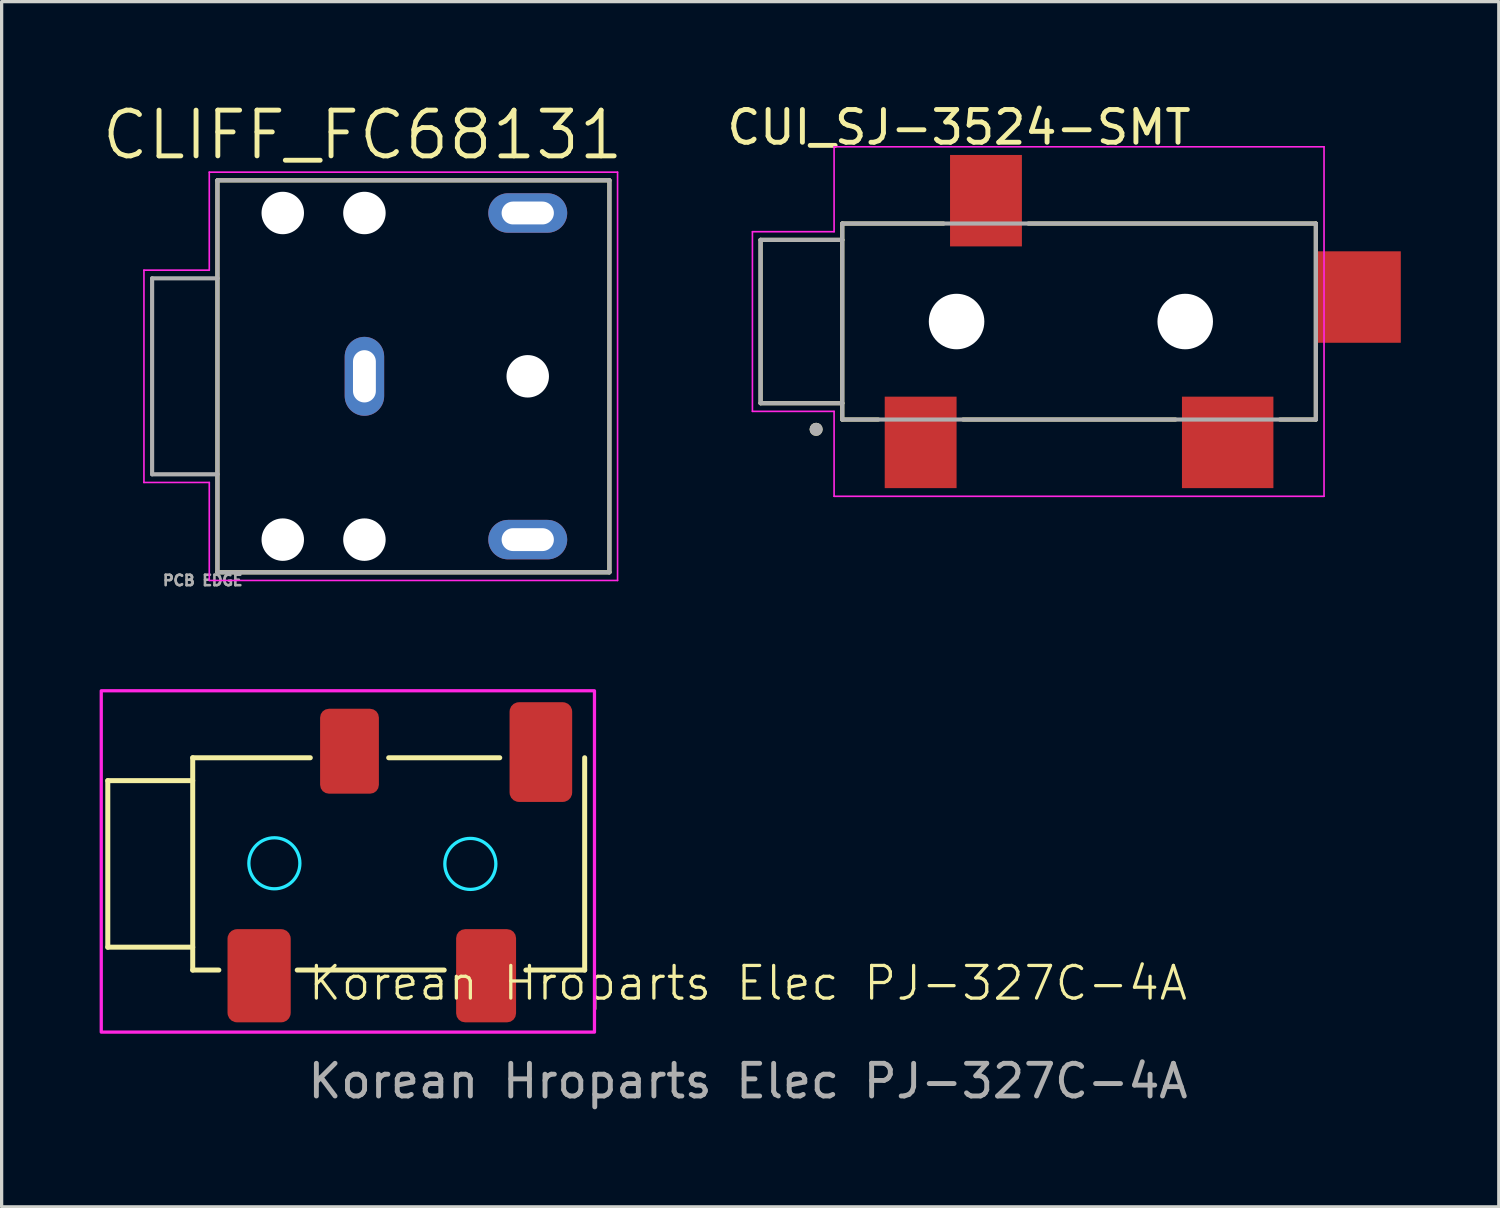
<source format=kicad_pcb>
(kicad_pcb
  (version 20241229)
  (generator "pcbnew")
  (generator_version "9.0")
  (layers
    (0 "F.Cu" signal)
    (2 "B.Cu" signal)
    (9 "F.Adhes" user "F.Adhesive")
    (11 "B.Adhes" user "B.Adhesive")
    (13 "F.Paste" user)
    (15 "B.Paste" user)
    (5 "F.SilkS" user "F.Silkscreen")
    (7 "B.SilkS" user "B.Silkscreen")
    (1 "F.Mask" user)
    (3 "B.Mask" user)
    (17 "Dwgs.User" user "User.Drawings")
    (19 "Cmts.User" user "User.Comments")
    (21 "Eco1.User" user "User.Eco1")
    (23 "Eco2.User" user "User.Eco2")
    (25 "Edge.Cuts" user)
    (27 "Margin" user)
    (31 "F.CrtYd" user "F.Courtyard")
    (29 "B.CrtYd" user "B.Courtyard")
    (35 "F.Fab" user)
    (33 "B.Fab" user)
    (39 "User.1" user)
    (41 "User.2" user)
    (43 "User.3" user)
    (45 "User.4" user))
  (footprint "CLIFF_FC68131"
    (layer "F.Cu")
    (at 8.107 8.471)
    (property "Reference" "CLIFF_FC68131" (at -0.055 -7.389 0) (layer "F.SilkS") (effects (font (size 1.4 1.4) (thickness 0.15))))
    (attr through_hole)
    (fp_line (start -4.5 -6) (end 7.5 -6) (stroke (width 0.127) (type solid)) (layer "F.SilkS"))
    (fp_line (start -4.5 6) (end -4.5 -6) (stroke (width 0.127) (type solid)) (layer "F.SilkS"))
    (fp_line (start 7.5 -6) (end 7.5 6) (stroke (width 0.127) (type solid)) (layer "F.SilkS"))
    (fp_line (start 7.5 6) (end -4.5 6) (stroke (width 0.127) (type solid)) (layer "F.SilkS"))
    (fp_line (start -6.75 -3.25) (end -6.75 3.25) (stroke (width 0.05) (type solid)) (layer "F.CrtYd"))
    (fp_line (start -6.75 3.25) (end -4.75 3.25) (stroke (width 0.05) (type solid)) (layer "F.CrtYd"))
    (fp_line (start -4.75 -6.25) (end -4.75 -3.25) (stroke (width 0.05) (type solid)) (layer "F.CrtYd"))
    (fp_line (start -4.75 -3.25) (end -6.75 -3.25) (stroke (width 0.05) (type solid)) (layer "F.CrtYd"))
    (fp_line (start -4.75 3.25) (end -4.75 6.25) (stroke (width 0.05) (type solid)) (layer "F.CrtYd"))
    (fp_line (start -4.75 6.25) (end 7.75 6.25) (stroke (width 0.05) (type solid)) (layer "F.CrtYd"))
    (fp_line (start 7.75 -6.25) (end -4.75 -6.25) (stroke (width 0.05) (type solid)) (layer "F.CrtYd"))
    (fp_line (start 7.75 6.25) (end 7.75 -6.25) (stroke (width 0.05) (type solid)) (layer "F.CrtYd"))
    (fp_line (start -6.5 -3) (end -6.5 3) (stroke (width 0.127) (type solid)) (layer "F.Fab"))
    (fp_line (start -6.5 3) (end -4.5 3) (stroke (width 0.127) (type solid)) (layer "F.Fab"))
    (fp_line (start -4.5 -6) (end 7.5 -6) (stroke (width 0.127) (type solid)) (layer "F.Fab"))
    (fp_line (start -4.5 -3) (end -6.5 -3) (stroke (width 0.127) (type solid)) (layer "F.Fab"))
    (fp_line (start -4.5 -3) (end -4.5 -6) (stroke (width 0.127) (type solid)) (layer "F.Fab"))
    (fp_line (start -4.5 3) (end -4.5 -3) (stroke (width 0.127) (type solid)) (layer "F.Fab"))
    (fp_line (start -4.5 6) (end -4.5 3) (stroke (width 0.127) (type solid)) (layer "F.Fab"))
    (fp_line (start 7.5 -6) (end 7.5 6) (stroke (width 0.127) (type solid)) (layer "F.Fab"))
    (fp_line (start 7.5 6) (end -4.5 6) (stroke (width 0.127) (type solid)) (layer "F.Fab"))
    (fp_text user "PCB EDGE" (at -4.95 6.25 0) (layer "F.Fab") (effects (font (size 0.32 0.32) (thickness 0.15))))
    (pad "" np_thru_hole circle (at -2.5 -5) (size 1.3 1.3) (drill 1.3) (layers "*.Cu" "*.Mask"))
    (pad "" np_thru_hole circle (at -2.5 5) (size 1.3 1.3) (drill 1.3) (layers "*.Cu" "*.Mask"))
    (pad "" np_thru_hole circle (at 0 -5) (size 1.3 1.3) (drill 1.3) (layers "*.Cu" "*.Mask"))
    (pad "" np_thru_hole circle (at 0 5) (size 1.3 1.3) (drill 1.3) (layers "*.Cu" "*.Mask"))
    (pad "" np_thru_hole circle (at 5 0) (size 1.3 1.3) (drill 1.3) (layers "*.Cu" "*.Mask"))
    (pad "1" thru_hole oval (at 0 0) (size 1.208 2.416) (drill oval 0.7 1.6) (layers "*.Cu" "*.Mask"))
    (pad "2" thru_hole oval (at 5 -5) (size 2.416 1.208) (drill oval 1.6 0.7) (layers "*.Cu" "*.Mask"))
    (pad "5" thru_hole oval (at 5 5) (size 2.416 1.208) (drill oval 1.6 0.7) (layers "*.Cu" "*.Mask")))
  (footprint "Korean Hroparts Elec PJ-327C-4A"
    (layer "F.Cu")
    (at 2.85 27.549)
    (property "Reference" "Korean Hroparts Elec PJ-327C-4A" (at 17 -0.5 0) (unlocked yes) (layer "F.SilkS") (effects (font (size 1 1) (thickness 0.1))))
    (attr smd)
    (fp_line (start -2.6 -6.7) (end 0 -6.7) (stroke (width 0.153) (type solid)) (layer "F.SilkS"))
    (fp_line (start -2.6 -1.6) (end -2.6 -6.7) (stroke (width 0.153) (type solid)) (layer "F.SilkS"))
    (fp_line (start -2.6 -1.6) (end 0 -1.6) (stroke (width 0.153) (type solid)) (layer "F.SilkS"))
    (fp_line (start 0 -7.4) (end 0 -0.9) (stroke (width 0.153) (type solid)) (layer "F.SilkS"))
    (fp_line (start 0 -7.4) (end 3.6 -7.4) (stroke (width 0.153) (type solid)) (layer "F.SilkS"))
    (fp_line (start 0.8 -0.9) (end 0 -0.9) (stroke (width 0.153) (type solid)) (layer "F.SilkS"))
    (fp_line (start 6 -7.4) (end 9.4 -7.4) (stroke (width 0.153) (type solid)) (layer "F.SilkS"))
    (fp_line (start 7.7 -0.9) (end 3.2 -0.9) (stroke (width 0.153) (type solid)) (layer "F.SilkS"))
    (fp_line (start 12 -0.9) (end 10.2 -0.9) (stroke (width 0.153) (type solid)) (layer "F.SilkS"))
    (fp_line (start 12 -0.9) (end 12 -7.4) (stroke (width 0.153) (type solid)) (layer "F.SilkS"))
    (fp_circle (center 2.5 -4.169) (end 3.1 -4.669) (stroke (width 0.1) (type solid)) (fill no) (layer "B.CrtYd"))
    (fp_circle (center 8.5 -4.15) (end 9 -4.75) (stroke (width 0.1) (type solid)) (fill no) (layer "B.CrtYd"))
    (fp_rect (start -2.8 -9.45) (end 12.3 1) (stroke (width 0.1) (type solid)) (fill no) (layer "F.CrtYd"))
    (fp_text user "${REFERENCE}" (at 17 2.5 0) (unlocked yes) (layer "F.Fab") (effects (font (size 1 1) (thickness 0.15))))
    (pad "R" smd roundrect (at 4.8 -7.6 90) (size 2.6 1.8) (layers "F.Cu" "F.Mask" "F.Paste") (roundrect_rratio 0.15))
    (pad "S" smd roundrect (at 2.033 -0.726 90) (size 2.853 1.935) (layers "F.Cu" "F.Mask" "F.Paste") (roundrect_rratio 0.15))
    (pad "T" smd roundrect (at 8.982 -0.726 90) (size 2.853 1.835) (layers "F.Cu" "F.Mask" "F.Paste") (roundrect_rratio 0.15))
    (pad "TN" smd roundrect (at 10.659 -7.574 90) (size 3.053 1.917) (layers "F.Cu" "F.Mask" "F.Paste") (roundrect_rratio 0.15)))
  (footprint "CUI_SJ-3524-SMT"
    (layer "F.Cu")
    (at 26.236 6.794)
    (property "Reference" "CUI_SJ-3524-SMT" (at 0.075 -5.945 0) (layer "F.SilkS") (effects (font (size 1.002 1.002) (thickness 0.15))))
    (attr smd)
    (fp_line (start -6 -2.5) (end -6 2.5) (stroke (width 0.127) (type solid)) (layer "F.SilkS"))
    (fp_line (start -6 2.5) (end -3.5 2.5) (stroke (width 0.127) (type solid)) (layer "F.SilkS"))
    (fp_line (start -3.5 -3) (end -0.4 -3) (stroke (width 0.127) (type solid)) (layer "F.SilkS"))
    (fp_line (start -3.5 -2.5) (end -6 -2.5) (stroke (width 0.127) (type solid)) (layer "F.SilkS"))
    (fp_line (start -3.5 -2.5) (end -3.5 -3) (stroke (width 0.127) (type solid)) (layer "F.SilkS"))
    (fp_line (start -3.5 2.5) (end -3.5 -2.5) (stroke (width 0.127) (type solid)) (layer "F.SilkS"))
    (fp_line (start -3.5 3) (end -3.5 2.5) (stroke (width 0.127) (type solid)) (layer "F.SilkS"))
    (fp_line (start -3.5 3) (end -2.4 3) (stroke (width 0.127) (type solid)) (layer "F.SilkS"))
    (fp_line (start 0.2 3) (end 6.7 3) (stroke (width 0.127) (type solid)) (layer "F.SilkS"))
    (fp_line (start 2.2 -3) (end 11 -3) (stroke (width 0.127) (type solid)) (layer "F.SilkS"))
    (fp_line (start 9.9 3) (end 11 3) (stroke (width 0.127) (type solid)) (layer "F.SilkS"))
    (fp_line (start 11 -3) (end 11 3) (stroke (width 0.127) (type solid)) (layer "F.SilkS"))
    (fp_circle (center -4.3 3.3) (end -4.2 3.3) (stroke (width 0.2) (type solid)) (fill no) (layer "F.SilkS"))
    (fp_line (start -6.25 -2.75) (end -6.25 2.75) (stroke (width 0.05) (type solid)) (layer "F.CrtYd"))
    (fp_line (start -6.25 2.75) (end -3.75 2.75) (stroke (width 0.05) (type solid)) (layer "F.CrtYd"))
    (fp_line (start -3.75 -5.35) (end -3.75 -2.75) (stroke (width 0.05) (type solid)) (layer "F.CrtYd"))
    (fp_line (start -3.75 -5.35) (end 11.25 -5.35) (stroke (width 0.05) (type solid)) (layer "F.CrtYd"))
    (fp_line (start -3.75 -2.75) (end -6.25 -2.75) (stroke (width 0.05) (type solid)) (layer "F.CrtYd"))
    (fp_line (start -3.75 2.75) (end -3.75 5.35) (stroke (width 0.05) (type solid)) (layer "F.CrtYd"))
    (fp_line (start 11.25 -5.35) (end 11.25 5.35) (stroke (width 0.05) (type solid)) (layer "F.CrtYd"))
    (fp_line (start 11.25 5.35) (end -3.75 5.35) (stroke (width 0.05) (type solid)) (layer "F.CrtYd"))
    (fp_line (start -6 -2.5) (end -6 2.5) (stroke (width 0.127) (type solid)) (layer "F.Fab"))
    (fp_line (start -6 2.5) (end -3.5 2.5) (stroke (width 0.127) (type solid)) (layer "F.Fab"))
    (fp_line (start -3.5 -3) (end 11 -3) (stroke (width 0.127) (type solid)) (layer "F.Fab"))
    (fp_line (start -3.5 -2.5) (end -6 -2.5) (stroke (width 0.127) (type solid)) (layer "F.Fab"))
    (fp_line (start -3.5 3) (end -3.5 -3) (stroke (width 0.127) (type solid)) (layer "F.Fab"))
    (fp_line (start 11 -3) (end 11 3) (stroke (width 0.127) (type solid)) (layer "F.Fab"))
    (fp_line (start 11 3) (end -3.5 3) (stroke (width 0.127) (type solid)) (layer "F.Fab"))
    (fp_circle (center -4.3 3.3) (end -4.2 3.3) (stroke (width 0.2) (type solid)) (fill no) (layer "F.Fab"))
    (pad "" np_thru_hole circle (at 0 0) (size 1.7 1.7) (drill 1.7) (layers "*.Cu" "*.Mask"))
    (pad "" np_thru_hole circle (at 7 0) (size 1.7 1.7) (drill 1.7) (layers "*.Cu" "*.Mask"))
    (pad "1" smd rect (at -1.1 3.7) (size 2.2 2.8) (layers "F.Cu" "F.Mask" "F.Paste"))
    (pad "2" smd rect (at 8.3 3.7) (size 2.8 2.8) (layers "F.Cu" "F.Mask" "F.Paste"))
    (pad "3" smd rect (at 0.9 -3.7) (size 2.2 2.8) (layers "F.Cu" "F.Mask" "F.Paste"))
    (pad "4" smd rect (at 12.3 -0.75) (size 2.6 2.8) (layers "F.Cu" "F.Mask" "F.Paste")))
  (gr_rect
    (start -3 -3)
    (end 42.836 33.897)
    (stroke (width 0.1) (type default))
    (fill no)
    (layer "Edge.Cuts")))
</source>
